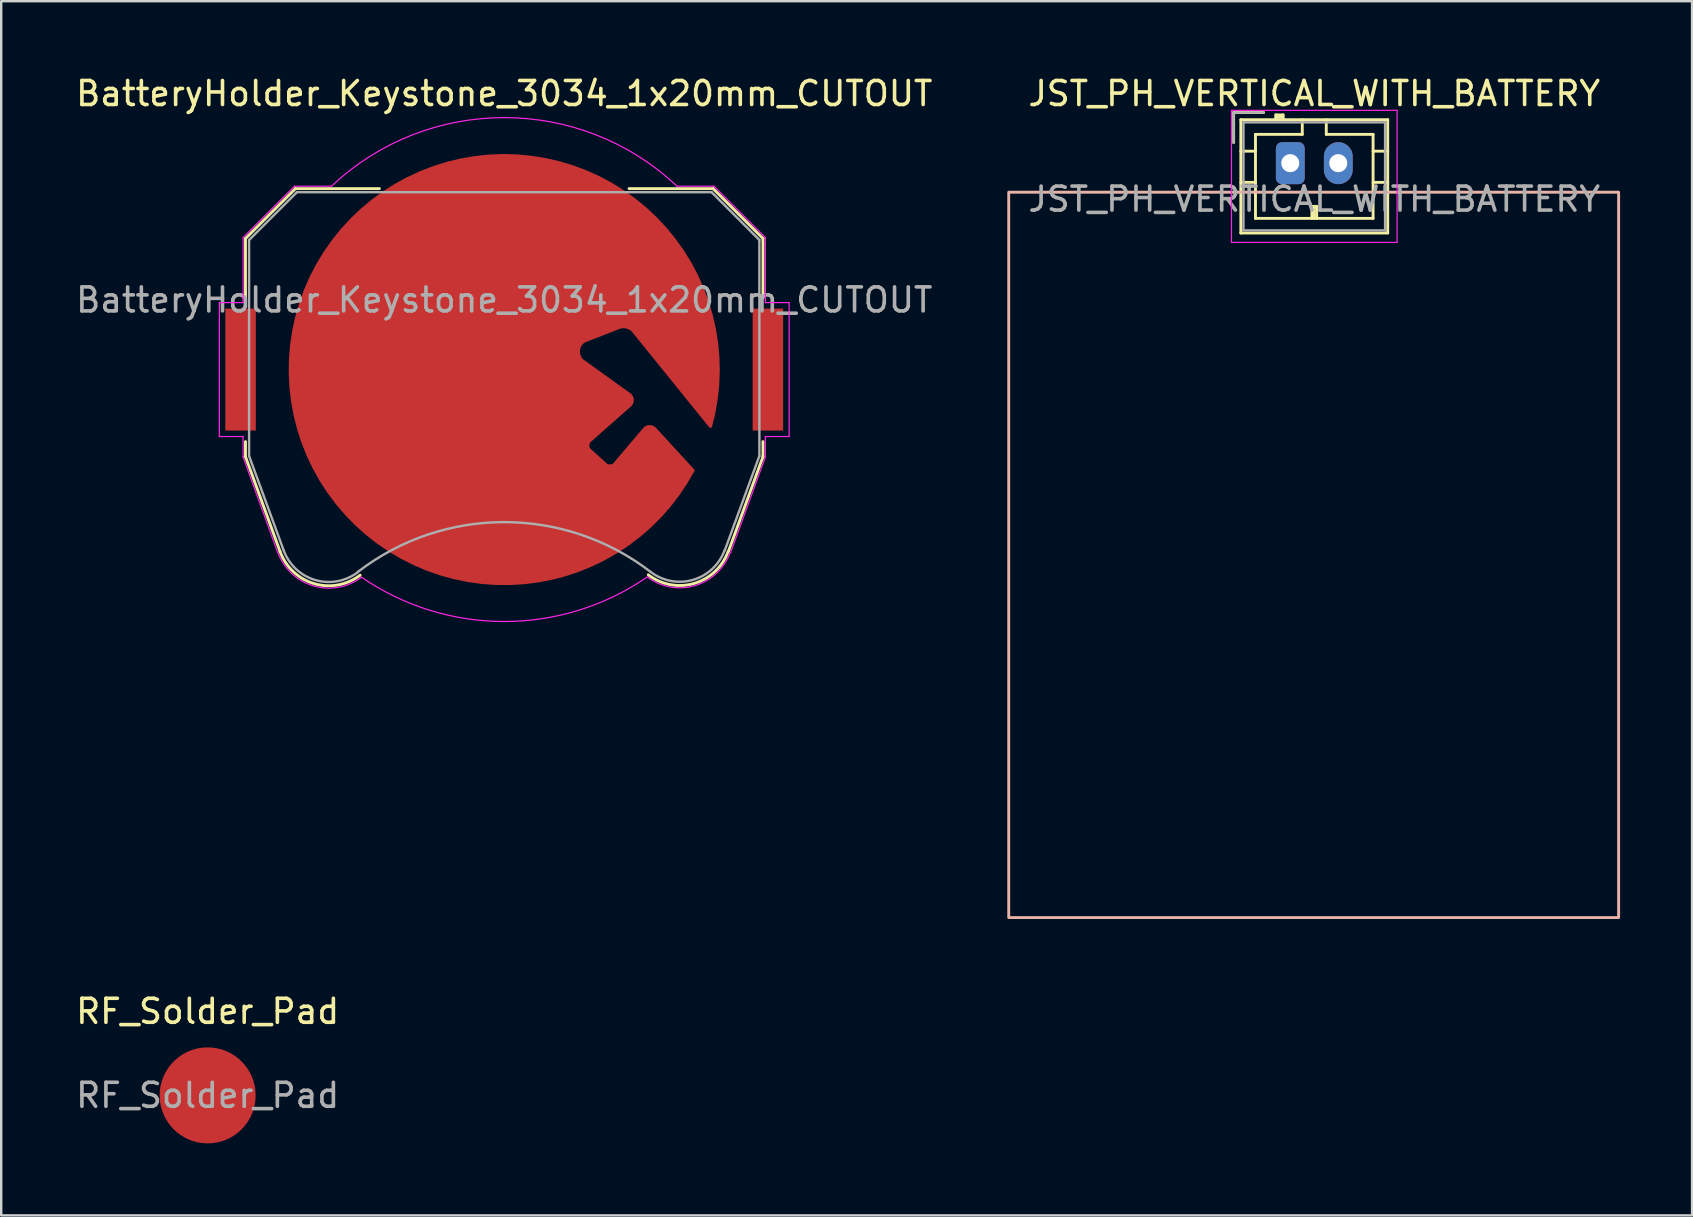
<source format=kicad_pcb>
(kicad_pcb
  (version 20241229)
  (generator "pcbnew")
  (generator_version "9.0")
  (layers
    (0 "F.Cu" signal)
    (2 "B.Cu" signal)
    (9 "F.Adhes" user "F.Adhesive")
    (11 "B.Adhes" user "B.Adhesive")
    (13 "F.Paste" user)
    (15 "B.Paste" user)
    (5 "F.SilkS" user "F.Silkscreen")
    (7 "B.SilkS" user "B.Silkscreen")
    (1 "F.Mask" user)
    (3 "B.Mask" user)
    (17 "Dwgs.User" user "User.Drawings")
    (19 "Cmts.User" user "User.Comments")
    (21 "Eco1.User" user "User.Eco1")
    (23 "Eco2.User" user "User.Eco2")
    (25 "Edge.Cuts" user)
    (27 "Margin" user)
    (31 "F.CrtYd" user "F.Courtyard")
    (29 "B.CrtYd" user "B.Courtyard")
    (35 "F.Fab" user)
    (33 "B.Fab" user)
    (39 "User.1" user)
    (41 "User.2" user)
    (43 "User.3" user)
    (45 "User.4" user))
  (footprint "BatteryHolder_Keystone_3034_1x20mm_CUTOUT"
    (layer "F.Cu")
    (at 17.958 12.348)
    (property "Reference" "BatteryHolder_Keystone_3034_1x20mm_CUTOUT" (at 0 -11.5 0) (layer "F.SilkS") (effects (font (size 1 1) (thickness 0.15))))
    (fp_line (start -10.78 -5.46) (end -10.78 -3) (stroke (width 0.12) (type solid)) (layer "F.SilkS"))
    (fp_line (start -10.78 3) (end -10.78 3.63) (stroke (width 0.12) (type solid)) (layer "F.SilkS"))
    (fp_line (start -10.78 3.63) (end -9.34 7.58) (stroke (width 0.12) (type solid)) (layer "F.SilkS"))
    (fp_line (start -8.7 -7.54) (end -10.78 -5.46) (stroke (width 0.12) (type solid)) (layer "F.SilkS"))
    (fp_line (start -5.2 -7.54) (end -8.7 -7.54) (stroke (width 0.12) (type solid)) (layer "F.SilkS"))
    (fp_line (start 8.7 -7.54) (end 5.2 -7.54) (stroke (width 0.12) (type solid)) (layer "F.SilkS"))
    (fp_line (start 8.7 -7.54) (end 10.78 -5.46) (stroke (width 0.12) (type solid)) (layer "F.SilkS"))
    (fp_line (start 10.78 -5.46) (end 10.78 -3) (stroke (width 0.12) (type solid)) (layer "F.SilkS"))
    (fp_line (start 10.78 3) (end 10.78 3.63) (stroke (width 0.12) (type solid)) (layer "F.SilkS"))
    (fp_line (start 10.78 3.63) (end 9.34 7.58) (stroke (width 0.12) (type solid)) (layer "F.SilkS"))
    (fp_arc (start -6.003354 8.56653) (mid -7.921654 8.918738) (end -9.34 7.58) (stroke (width 0.12) (type solid)) (layer "F.SilkS"))
    (fp_arc (start 9.325243 7.588169) (mid 7.90634 8.911668) (end 6 8.55) (stroke (width 0.12) (type solid)) (layer "F.SilkS"))
    (fp_line (start -11.87 -2.79) (end -11.87 2.79) (stroke (width 0.05) (type solid)) (layer "F.CrtYd"))
    (fp_line (start -11.87 2.79) (end -10.88 2.79) (stroke (width 0.05) (type solid)) (layer "F.CrtYd"))
    (fp_line (start -10.88 -5.5) (end -10.88 -2.79) (stroke (width 0.05) (type solid)) (layer "F.CrtYd"))
    (fp_line (start -10.88 -2.79) (end -11.87 -2.79) (stroke (width 0.05) (type solid)) (layer "F.CrtYd"))
    (fp_line (start -10.88 2.79) (end -10.88 3.64) (stroke (width 0.05) (type solid)) (layer "F.CrtYd"))
    (fp_line (start -10.88 3.64) (end -9.44 7.62) (stroke (width 0.05) (type solid)) (layer "F.CrtYd"))
    (fp_line (start -8.74 -7.64) (end -10.88 -5.5) (stroke (width 0.05) (type solid)) (layer "F.CrtYd"))
    (fp_line (start -7.2 -7.64) (end -8.74 -7.64) (stroke (width 0.05) (type solid)) (layer "F.CrtYd"))
    (fp_line (start 8.74 -7.64) (end 7.2 -7.64) (stroke (width 0.05) (type solid)) (layer "F.CrtYd"))
    (fp_line (start 9.43 7.63) (end 10.88 3.64) (stroke (width 0.05) (type solid)) (layer "F.CrtYd"))
    (fp_line (start 10.88 -5.5) (end 8.74 -7.64) (stroke (width 0.05) (type solid)) (layer "F.CrtYd"))
    (fp_line (start 10.88 -2.79) (end 10.88 -5.5) (stroke (width 0.05) (type solid)) (layer "F.CrtYd"))
    (fp_line (start 10.88 2.79) (end 11.87 2.79) (stroke (width 0.05) (type solid)) (layer "F.CrtYd"))
    (fp_line (start 10.88 3.64) (end 10.88 2.79) (stroke (width 0.05) (type solid)) (layer "F.CrtYd"))
    (fp_line (start 11.87 -2.79) (end 10.88 -2.79) (stroke (width 0.05) (type solid)) (layer "F.CrtYd"))
    (fp_line (start 11.87 2.79) (end 11.87 -2.79) (stroke (width 0.05) (type solid)) (layer "F.CrtYd"))
    (fp_arc (start -7.199546 -7.640427) (mid 0.000312 -10.498075) (end 7.2 -7.64) (stroke (width 0.05) (type solid)) (layer "F.CrtYd"))
    (fp_arc (start -5.956965 8.654604) (mid -7.953941 9.011629) (end -9.43 7.62) (stroke (width 0.05) (type solid)) (layer "F.CrtYd"))
    (fp_arc (start 5.945368 8.650075) (mid -0.008883 10.496243) (end -5.96 8.64) (stroke (width 0.05) (type solid)) (layer "F.CrtYd"))
    (fp_arc (start 9.415144 7.621341) (mid 7.944017 9.000493) (end 5.96 8.64) (stroke (width 0.05) (type solid)) (layer "F.CrtYd"))
    (fp_line (start -10.63 -5.4) (end -8.64 -7.39) (stroke (width 0.1) (type solid)) (layer "F.Fab"))
    (fp_line (start -10.63 3.6) (end -10.63 -5.4) (stroke (width 0.1) (type solid)) (layer "F.Fab"))
    (fp_line (start -9.19 7.53) (end -10.63 3.6) (stroke (width 0.1) (type solid)) (layer "F.Fab"))
    (fp_line (start -8.64 -7.39) (end 8.64 -7.39) (stroke (width 0.1) (type solid)) (layer "F.Fab"))
    (fp_line (start 8.64 -7.39) (end 10.63 -5.4) (stroke (width 0.1) (type solid)) (layer "F.Fab"))
    (fp_line (start 10.63 -5.4) (end 10.63 3.6) (stroke (width 0.1) (type solid)) (layer "F.Fab"))
    (fp_line (start 10.63 3.6) (end 9.19 7.53) (stroke (width 0.1) (type solid)) (layer "F.Fab"))
    (fp_arc (start -6.096146 8.438508) (mid -7.87328 8.768206) (end -9.19 7.53) (stroke (width 0.1) (type solid)) (layer "F.Fab"))
    (fp_arc (start -6.094852 8.426043) (mid 0.003247 6.355257) (end 6.1 8.43) (stroke (width 0.1) (type solid)) (layer "F.Fab"))
    (fp_arc (start 9.180727 7.528882) (mid 7.868698 8.760067) (end 6.1 8.43) (stroke (width 0.1) (type solid)) (layer "F.Fab"))
    (fp_text user "${REFERENCE}" (at 0 -2.9 0) (layer "F.Fab") (effects (font (size 1 1) (thickness 0.15))))
    (pad "1" smd rect (at -10.985 0) (size 1.27 5.08) (layers "F.Cu" "F.Mask" "F.Paste"))
    (pad "1" smd rect (at 10.985 0) (size 1.27 5.08) (layers "F.Cu" "F.Mask" "F.Paste"))
    (pad "2" smd custom (at 0.08 0.02) (size 0.6 0.6) (layers "F.Cu" "F.Mask" "F.Paste") (options (anchor circle)) (primitives (gr_poly (pts (xy -0.3 -0.2) (xy -0.289 -0.257) (xy -0.256 -0.306) (xy -0.207 -0.339) (xy -0.15 -0.35) (xy 0.15 -0.35) (xy 0.207 -0.339) (xy 0.256 -0.306) (xy 0.289 -0.257) (xy 0.3 -0.2) (xy 0.3 0.2) (xy 0.289 0.257) (xy 0.256 0.306) (xy 0.207 0.339) (xy 0.15 0.35) (xy -0.15 0.35) (xy -0.207 0.339) (xy -0.256 0.306) (xy -0.289 0.257) (xy -0.3 0.2)) (width 0) (fill yes)) (gr_poly (pts (xy 8.502 2.341) (xy 5.04 -1.94) (xy 2.46 -0.91) (xy 5.168 1.035) (xy 5.183 1.451) (xy 3.27 3.14) (xy 4.35 4.11) (xy 5.765 2.443) (xy 6.234 2.486) (xy 7.79 4.18) (xy 7.52 4.59) (xy 7.42 4.76) (xy 7.31 4.92) (xy 7.21 5.07) (xy 7.13 5.19) (xy 7.01 5.35) (xy 6.9 5.49) (xy 6.8 5.62) (xy 6.74 5.694) (xy 6.708 5.73) (xy 6.63 5.82) (xy 6.55 5.91) (xy 6.47 6) (xy 6.39 6.09) (xy 6.35 6.137) (xy 6.24 6.24) (xy 6.17 6.31) (xy 6.09 6.39) (xy 5.99 6.49) (xy 5.947 6.53) (xy 5.87 6.6) (xy 5.81 6.65) (xy 5.73 6.72) (xy 5.66 6.78) (xy 5.58 6.85) (xy 5.51 6.91) (xy 5.38 7.01) (xy 5.3 7.07) (xy 5.18 7.16) (xy 5.1 7.22) (xy 5.02 7.28) (xy 4.93 7.34) (xy 4.84 7.4) (xy 4.762 7.45) (xy 4.67 7.51) (xy 4.53 7.6) (xy 4.41 7.67) (xy 4.27 7.75) (xy 4.09 7.85) (xy 3.96 7.92) (xy 2.42 8.48) (xy 1.37 8.73) (xy 0.49 8.82) (xy -0.71 8.84) (xy -1.77 8.67) (xy -2.81 8.43) (xy -4.22 7.84) (xy -5.32 7.18) (xy -6.4 6.2) (xy -7.5 4.89) (xy -8.39 3.1) (xy -8.78 1.59) (xy -8.99 0.01) (xy -8.82 -1.57) (xy -8.37 -3.13) (xy -7.7 -4.56) (xy -6.84 -5.75) (xy -6.14 -6.47) (xy -5.31 -7.2) (xy -4.15 -7.89) (xy -2.83 -8.44) (xy -1.41 -8.79) (xy -0.08 -8.87) (xy 1.31 -8.78) (xy 2.78 -8.42) (xy 3.76 -7.97) (xy 4.71 -7.47) (xy 5.39 -6.98) (xy 6.13 -6.35) (xy 6.82 -5.58) (xy 7.32 -4.89) (xy 8.14 -3.39) (xy 8.56 -2.11) (xy 8.8 -0.17) (xy 8.68 1.01)) (width 0.12) (fill yes)) (gr_line (start 4.88 -1.84) (end 3.305 -1.225) (width 0.12)) (gr_line (start 7.79 4.18) (end 6.181 2.428) (width 0.12)) (gr_line (start 8.502 2.341) (end 5.04 -1.94) (width 0.12)) (gr_arc (start 3.063143 -0.242265) (mid 2.84 -0.91) (end 3.307112 -1.436752) (width 0.5)) (gr_arc (start 4.567375 -1.927756) (mid 5.073961 -1.966857) (end 5.5 -1.69) (width 0.5)) (gr_arc (start 7.789999 4.18) (mid -8.366479 -3.323197) (end 8.52115 2.345819) (width 0.12)) (gr_arc (start 3.509913 3.359999) (mid 3.41 3.161213) (end 3.479912 2.95) (width 0.12)) (gr_arc (start 4.534605 3.89792) (mid 4.33 3.99) (end 4.119303 3.912871) (width 0.12)) (gr_arc (start 5.765395 2.442798) (mid 5.969999 2.350718) (end 6.180695 2.427846) (width 0.12)) (gr_arc (start 5.167917 1.035394) (mid 5.259999 1.239997) (end 5.182873 1.450695) (width 0.12)))))
  (footprint "RF_Solder_Pad"
    (layer "F.Cu")
    (at 5.601 42.587)
    (property "Reference" "RF_Solder_Pad" (at 0 -3.5 0) (layer "F.SilkS") (effects (font (size 1 1) (thickness 0.15))))
    (attr exclude_from_pos_files exclude_from_bom)
    (fp_text user "${REFERENCE}" (at 0 0 0) (layer "F.Fab") (effects (font (size 1 1) (thickness 0.15))))
    (pad "1" smd circle (at 0 0) (size 4 4) (layers "F.Cu" "F.Mask" "F.Paste")))
  (footprint "JST_PH_VERTICAL_WITH_BATTERY"
    (layer "F.Cu")
    (at 50.707 3.748)
    (property "Reference" "JST_PH_VERTICAL_WITH_BATTERY" (at 1 -2.9 180) (layer "F.SilkS") (effects (font (size 1 1) (thickness 0.15))))
    (attr through_hole)
    (fp_line (start -2.36 -2.11) (end -2.36 -0.86) (stroke (width 0.12) (type solid)) (layer "F.SilkS"))
    (fp_line (start -2.06 -1.81) (end -2.06 2.91) (stroke (width 0.12) (type solid)) (layer "F.SilkS"))
    (fp_line (start -2.06 -0.5) (end -1.45 -0.5) (stroke (width 0.12) (type solid)) (layer "F.SilkS"))
    (fp_line (start -2.06 0.8) (end -1.45 0.8) (stroke (width 0.12) (type solid)) (layer "F.SilkS"))
    (fp_line (start -2.06 2.91) (end 4.06 2.91) (stroke (width 0.12) (type solid)) (layer "F.SilkS"))
    (fp_line (start -1.45 -1.2) (end -1.45 2.3) (stroke (width 0.12) (type solid)) (layer "F.SilkS"))
    (fp_line (start -1.45 2.3) (end 3.45 2.3) (stroke (width 0.12) (type solid)) (layer "F.SilkS"))
    (fp_line (start -1.11 -2.11) (end -2.36 -2.11) (stroke (width 0.12) (type solid)) (layer "F.SilkS"))
    (fp_line (start -0.6 -2.01) (end -0.6 -1.81) (stroke (width 0.12) (type solid)) (layer "F.SilkS"))
    (fp_line (start -0.3 -2.01) (end -0.6 -2.01) (stroke (width 0.12) (type solid)) (layer "F.SilkS"))
    (fp_line (start -0.3 -1.91) (end -0.6 -1.91) (stroke (width 0.12) (type solid)) (layer "F.SilkS"))
    (fp_line (start -0.3 -1.81) (end -0.3 -2.01) (stroke (width 0.12) (type solid)) (layer "F.SilkS"))
    (fp_line (start 0.5 -1.81) (end 0.5 -1.2) (stroke (width 0.12) (type solid)) (layer "F.SilkS"))
    (fp_line (start 0.5 -1.2) (end -1.45 -1.2) (stroke (width 0.12) (type solid)) (layer "F.SilkS"))
    (fp_line (start 0.9 1.8) (end 1.1 1.8) (stroke (width 0.12) (type solid)) (layer "F.SilkS"))
    (fp_line (start 0.9 2.3) (end 0.9 1.8) (stroke (width 0.12) (type solid)) (layer "F.SilkS"))
    (fp_line (start 1 2.3) (end 1 1.8) (stroke (width 0.12) (type solid)) (layer "F.SilkS"))
    (fp_line (start 1.1 1.8) (end 1.1 2.3) (stroke (width 0.12) (type solid)) (layer "F.SilkS"))
    (fp_line (start 1.5 -1.2) (end 1.5 -1.81) (stroke (width 0.12) (type solid)) (layer "F.SilkS"))
    (fp_line (start 3.45 -1.2) (end 1.5 -1.2) (stroke (width 0.12) (type solid)) (layer "F.SilkS"))
    (fp_line (start 3.45 2.3) (end 3.45 -1.2) (stroke (width 0.12) (type solid)) (layer "F.SilkS"))
    (fp_line (start 4.06 -1.81) (end -2.06 -1.81) (stroke (width 0.12) (type solid)) (layer "F.SilkS"))
    (fp_line (start 4.06 -0.5) (end 3.45 -0.5) (stroke (width 0.12) (type solid)) (layer "F.SilkS"))
    (fp_line (start 4.06 0.8) (end 3.45 0.8) (stroke (width 0.12) (type solid)) (layer "F.SilkS"))
    (fp_line (start 4.06 2.91) (end 4.06 -1.81) (stroke (width 0.12) (type solid)) (layer "F.SilkS"))
    (fp_rect (start -11.73 1.21) (end 13.68 31.43) (stroke (width 0.12) (type default)) (fill no) (layer "B.SilkS"))
    (fp_line (start -2.45 -2.2) (end -2.45 3.3) (stroke (width 0.05) (type solid)) (layer "F.CrtYd"))
    (fp_line (start -2.45 3.3) (end 4.45 3.3) (stroke (width 0.05) (type solid)) (layer "F.CrtYd"))
    (fp_line (start 4.45 -2.2) (end -2.45 -2.2) (stroke (width 0.05) (type solid)) (layer "F.CrtYd"))
    (fp_line (start 4.45 3.3) (end 4.45 -2.2) (stroke (width 0.05) (type solid)) (layer "F.CrtYd"))
    (fp_line (start -2.36 -2.11) (end -2.36 -0.86) (stroke (width 0.1) (type solid)) (layer "F.Fab"))
    (fp_line (start -1.95 -1.7) (end -1.95 2.8) (stroke (width 0.1) (type solid)) (layer "F.Fab"))
    (fp_line (start -1.95 2.8) (end 3.95 2.8) (stroke (width 0.1) (type solid)) (layer "F.Fab"))
    (fp_line (start -1.11 -2.11) (end -2.36 -2.11) (stroke (width 0.1) (type solid)) (layer "F.Fab"))
    (fp_line (start 3.95 -1.7) (end -1.95 -1.7) (stroke (width 0.1) (type solid)) (layer "F.Fab"))
    (fp_line (start 3.95 2.8) (end 3.95 -1.7) (stroke (width 0.1) (type solid)) (layer "F.Fab"))
    (fp_text user "${REFERENCE}" (at 1 1.5 180) (layer "F.Fab") (effects (font (size 1 1) (thickness 0.15))))
    (pad "1" thru_hole roundrect (at 0 0) (size 1.2 1.75) (drill 0.75) (layers "*.Cu" "*.Mask") (roundrect_rratio 0.208))
    (pad "2" thru_hole oval (at 2 0) (size 1.2 1.75) (drill 0.75) (layers "*.Cu" "*.Mask")))
  (gr_rect
    (start -3 -3)
    (end 67.447 47.587)
    (stroke (width 0.1) (type default))
    (fill no)
    (layer "Edge.Cuts")))
</source>
